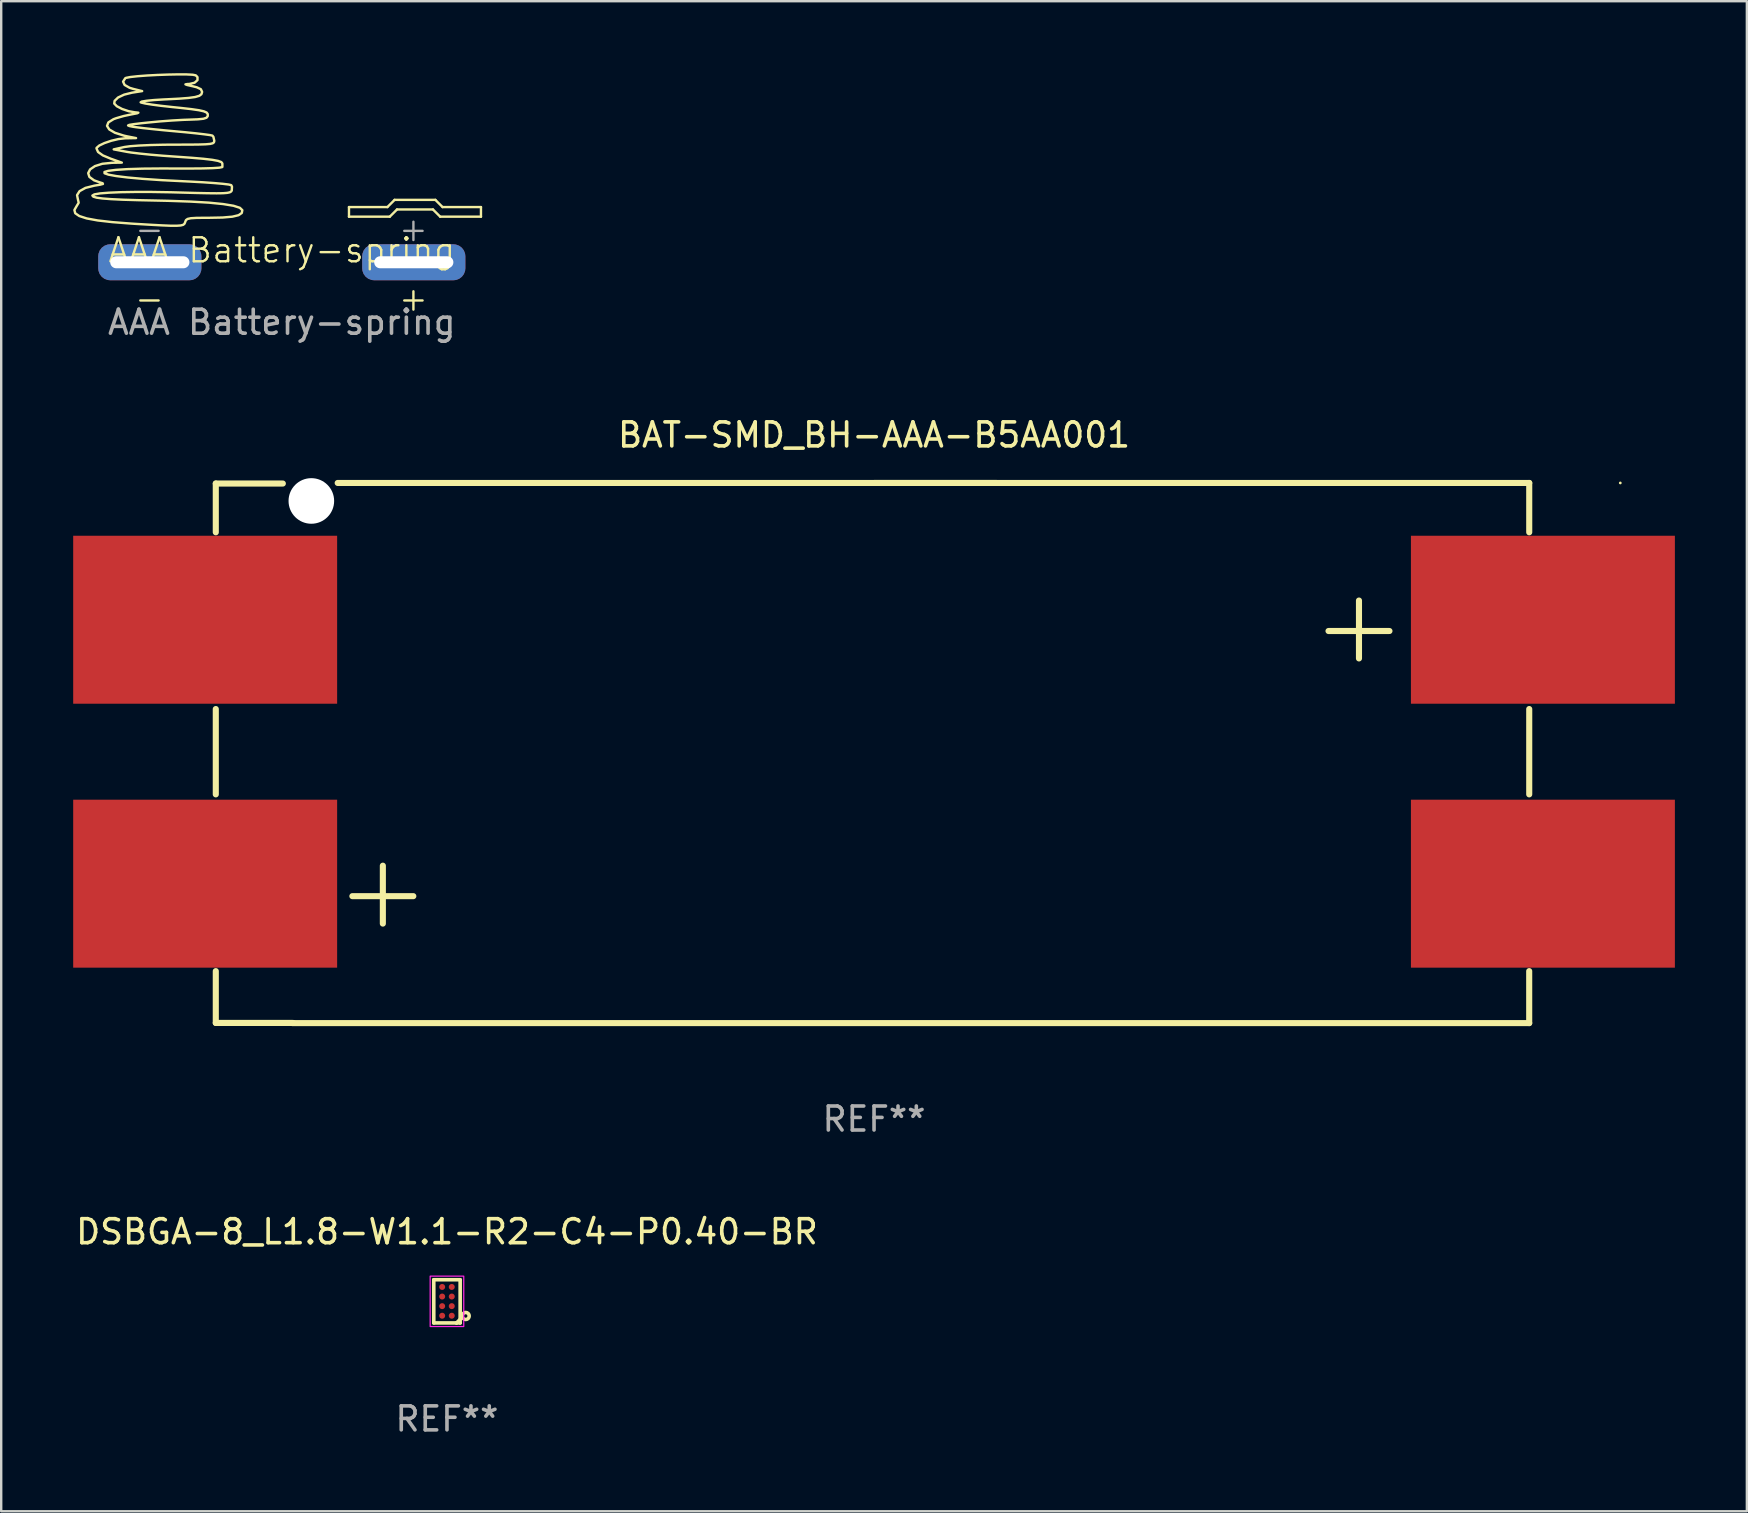
<source format=kicad_pcb>
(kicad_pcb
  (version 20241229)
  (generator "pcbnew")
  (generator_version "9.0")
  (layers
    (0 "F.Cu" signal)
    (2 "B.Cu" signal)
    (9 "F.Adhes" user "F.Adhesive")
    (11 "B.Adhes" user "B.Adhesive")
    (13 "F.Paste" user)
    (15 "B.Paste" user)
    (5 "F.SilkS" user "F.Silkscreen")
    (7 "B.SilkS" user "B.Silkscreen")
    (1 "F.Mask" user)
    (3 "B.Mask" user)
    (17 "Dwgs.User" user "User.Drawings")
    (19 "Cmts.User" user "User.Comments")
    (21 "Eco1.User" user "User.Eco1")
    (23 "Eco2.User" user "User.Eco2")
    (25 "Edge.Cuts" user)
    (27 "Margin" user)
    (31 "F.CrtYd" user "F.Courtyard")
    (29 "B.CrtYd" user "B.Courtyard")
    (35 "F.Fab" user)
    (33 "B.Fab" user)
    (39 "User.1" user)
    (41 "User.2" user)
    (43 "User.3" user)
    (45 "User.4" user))
  (footprint "AAA Battery-spring"
    (layer "F.Cu")
    (at 8.694 7.88)
    (property "Reference" "AAA Battery-spring" (at 0 -0.5 0) (unlocked yes) (layer "F.SilkS") (effects (font (size 1 1) (thickness 0.1))))
    (attr smd)
    (fp_line (start 2.8 -2.3) (end 2.8 -1.9) (stroke (width 0.1) (type default)) (layer "F.SilkS"))
    (fp_line (start 2.8 -1.9) (end 4.5 -1.9) (stroke (width 0.1) (type default)) (layer "F.SilkS"))
    (fp_line (start 4.4 -2.3) (end 2.8 -2.3) (stroke (width 0.1) (type default)) (layer "F.SilkS"))
    (fp_line (start 4.5 -1.9) (end 4.8 -2.2) (stroke (width 0.1) (type default)) (layer "F.SilkS"))
    (fp_line (start 4.7 -2.6) (end 4.4 -2.3) (stroke (width 0.1) (type default)) (layer "F.SilkS"))
    (fp_line (start 4.8 -2.2) (end 6.3 -2.2) (stroke (width 0.1) (type default)) (layer "F.SilkS"))
    (fp_line (start 6.3 -2.2) (end 6.6 -1.9) (stroke (width 0.1) (type default)) (layer "F.SilkS"))
    (fp_line (start 6.4 -2.6) (end 4.7 -2.6) (stroke (width 0.1) (type default)) (layer "F.SilkS"))
    (fp_line (start 6.6 -1.9) (end 8.3 -1.9) (stroke (width 0.1) (type default)) (layer "F.SilkS"))
    (fp_line (start 6.7 -2.3) (end 6.4 -2.6) (stroke (width 0.1) (type default)) (layer "F.SilkS"))
    (fp_line (start 8.3 -2.3) (end 6.7 -2.3) (stroke (width 0.1) (type default)) (layer "F.SilkS"))
    (fp_line (start 8.3 -1.9) (end 8.3 -2.3) (stroke (width 0.1) (type default)) (layer "F.SilkS"))
    (fp_poly (pts (xy -4.748 -7.822) (xy -5.191 -7.806) (xy -5.622 -7.783) (xy -6.007 -7.754) (xy -6.308 -7.721) (xy -6.49 -7.686) (xy -6.522 -7.672) (xy -6.615 -7.529) (xy -6.551 -7.39) (xy -6.342 -7.271) (xy -6.201 -7.228) (xy -5.82 -7.133) (xy -6.24 -7.068) (xy -6.571 -6.986) (xy -6.825 -6.866) (xy -6.969 -6.725) (xy -6.983 -6.614) (xy -6.874 -6.502) (xy -6.655 -6.388) (xy -6.382 -6.296) (xy -6.113 -6.248) (xy -6.085 -6.247) (xy -5.978 -6.234) (xy -6.03 -6.208) (xy -6.244 -6.167) (xy -6.266 -6.163) (xy -6.592 -6.094) (xy -6.903 -6.004) (xy -7.014 -5.963) (xy -7.228 -5.829) (xy -7.284 -5.683) (xy -7.19 -5.535) (xy -6.954 -5.397) (xy -6.585 -5.279) (xy -6.435 -5.246) (xy -6.074 -5.175) (xy -6.534 -5.166) (xy -6.806 -5.135) (xy -7.107 -5.064) (xy -7.39 -4.968) (xy -7.609 -4.864) (xy -7.719 -4.768) (xy -7.724 -4.747) (xy -7.658 -4.596) (xy -7.456 -4.453) (xy -7.128 -4.316) (xy -6.667 -4.153) (xy -7.072 -4.146) (xy -7.478 -4.105) (xy -7.787 -4.008) (xy -7.988 -3.872) (xy -8.069 -3.716) (xy -8.019 -3.558) (xy -7.825 -3.415) (xy -7.598 -3.334) (xy -7.467 -3.294) (xy -7.454 -3.264) (xy -7.575 -3.232) (xy -7.81 -3.193) (xy -8.182 -3.1) (xy -8.428 -2.964) (xy -8.533 -2.798) (xy -8.503 -2.647) (xy -8.465 -2.482) (xy -8.553 -2.336) (xy -8.644 -2.179) (xy -8.609 -2.043) (xy -8.44 -1.927) (xy -8.13 -1.827) (xy -7.673 -1.743) (xy -7.062 -1.673) (xy -6.289 -1.613) (xy -6.138 -1.603) (xy -5.496 -1.565) (xy -5.003 -1.538) (xy -4.638 -1.523) (xy -4.382 -1.522) (xy -4.213 -1.534) (xy -4.112 -1.56) (xy -4.058 -1.602) (xy -4.031 -1.661) (xy -4.024 -1.685) (xy -3.993 -1.758) (xy -3.924 -1.807) (xy -3.788 -1.836) (xy -3.554 -1.85) (xy -3.192 -1.854) (xy -3.022 -1.854) (xy -2.465 -1.865) (xy -2.062 -1.9) (xy -1.801 -1.962) (xy -1.667 -2.054) (xy -1.645 -2.172) (xy -1.747 -2.27) (xy -2.013 -2.355) (xy -2.444 -2.426) (xy -3.041 -2.485) (xy -3.804 -2.529) (xy -4.736 -2.561) (xy -5.185 -2.571) (xy -5.981 -2.588) (xy -6.62 -2.607) (xy -7.114 -2.631) (xy -7.476 -2.659) (xy -7.719 -2.693) (xy -7.854 -2.734) (xy -7.894 -2.78) (xy -7.812 -2.829) (xy -7.576 -2.87) (xy -7.202 -2.9) (xy -6.703 -2.921) (xy -6.096 -2.931) (xy -5.396 -2.93) (xy -4.617 -2.917) (xy -4.25 -2.907) (xy -3.596 -2.889) (xy -3.091 -2.878) (xy -2.716 -2.874) (xy -2.45 -2.878) (xy -2.274 -2.892) (xy -2.168 -2.915) (xy -2.111 -2.949) (xy -2.085 -2.991) (xy -2.076 -3.152) (xy -2.108 -3.214) (xy -2.212 -3.24) (xy -2.46 -3.27) (xy -2.827 -3.302) (xy -3.287 -3.334) (xy -3.816 -3.363) (xy -4.088 -3.376) (xy -5.02 -3.423) (xy -5.801 -3.477) (xy -6.429 -3.534) (xy -6.904 -3.593) (xy -7.224 -3.652) (xy -7.386 -3.709) (xy -7.39 -3.763) (xy -7.233 -3.811) (xy -6.915 -3.851) (xy -6.434 -3.882) (xy -5.788 -3.902) (xy -4.976 -3.909) (xy -4.529 -3.907) (xy -3.854 -3.906) (xy -3.301 -3.911) (xy -2.88 -3.923) (xy -2.603 -3.942) (xy -2.481 -3.967) (xy -2.476 -3.974) (xy -2.477 -4.115) (xy -2.477 -4.119) (xy -2.52 -4.175) (xy -2.655 -4.225) (xy -2.898 -4.27) (xy -3.264 -4.313) (xy -3.769 -4.356) (xy -4.421 -4.402) (xy -4.953 -4.44) (xy -5.47 -4.484) (xy -5.93 -4.531) (xy -6.291 -4.575) (xy -6.453 -4.601) (xy -7.005 -4.705) (xy -6.557 -4.804) (xy -6.317 -4.837) (xy -5.941 -4.865) (xy -5.463 -4.886) (xy -4.915 -4.899) (xy -4.461 -4.902) (xy -3.895 -4.903) (xy -3.476 -4.907) (xy -3.181 -4.916) (xy -2.99 -4.932) (xy -2.88 -4.958) (xy -2.829 -4.996) (xy -2.815 -5.048) (xy -2.814 -5.067) (xy -2.85 -5.226) (xy -2.892 -5.279) (xy -2.998 -5.302) (xy -3.244 -5.335) (xy -3.599 -5.376) (xy -4.034 -5.42) (xy -4.394 -5.453) (xy -4.9 -5.5) (xy -5.375 -5.548) (xy -5.783 -5.592) (xy -6.083 -5.63) (xy -6.201 -5.647) (xy -6.351 -5.677) (xy -6.406 -5.702) (xy -6.351 -5.727) (xy -6.169 -5.756) (xy -5.843 -5.795) (xy -5.608 -5.82) (xy -5.118 -5.867) (xy -4.592 -5.907) (xy -4.109 -5.935) (xy -3.874 -5.943) (xy -3.501 -5.957) (xy -3.267 -5.981) (xy -3.14 -6.022) (xy -3.089 -6.086) (xy -3.086 -6.098) (xy -3.086 -6.177) (xy -3.133 -6.24) (xy -3.249 -6.291) (xy -3.456 -6.337) (xy -3.775 -6.383) (xy -4.228 -6.434) (xy -4.579 -6.47) (xy -5.021 -6.519) (xy -5.402 -6.569) (xy -5.692 -6.616) (xy -5.858 -6.655) (xy -5.883 -6.667) (xy -5.832 -6.698) (xy -5.638 -6.73) (xy -5.327 -6.761) (xy -4.925 -6.786) (xy -4.83 -6.79) (xy -4.283 -6.818) (xy -3.883 -6.849) (xy -3.609 -6.887) (xy -3.439 -6.937) (xy -3.35 -7.003) (xy -3.323 -7.091) (xy -3.322 -7.104) (xy -3.374 -7.213) (xy -3.546 -7.294) (xy -3.725 -7.338) (xy -3.947 -7.388) (xy -4.015 -7.415) (xy -3.938 -7.428) (xy -3.849 -7.432) (xy -3.635 -7.482) (xy -3.514 -7.59) (xy -3.513 -7.717) (xy -3.585 -7.79) (xy -3.713 -7.816) (xy -3.974 -7.829) (xy -4.331 -7.83)) (stroke (width 0.1) (type solid)) (fill no) (layer "F.SilkS"))
    (fp_text user "+" (at 4.8 2.1 0) (unlocked yes) (layer "F.SilkS") (effects (font (size 1 1) (thickness 0.1)) (justify left bottom)))
    (fp_text user "-" (at -6.2 2.1 0) (unlocked yes) (layer "F.SilkS") (effects (font (size 1 1) (thickness 0.1)) (justify left bottom)))
    (fp_text user "-" (at -6.2 -0.8 0) (unlocked yes) (layer "F.Fab") (effects (font (size 1 1) (thickness 0.1)) (justify left bottom)))
    (fp_text user "+" (at 4.8 -0.8 0) (unlocked yes) (layer "F.Fab") (effects (font (size 1 1) (thickness 0.1)) (justify left bottom)))
    (fp_text user "${REFERENCE}" (at 0 2.5 0) (unlocked yes) (layer "F.Fab") (effects (font (size 1 1) (thickness 0.15))))
    (pad "1" thru_hole roundrect (at -5.5 0) (size 4.3 1.5) (drill oval 3.3 0.5) (layers "*.Cu" "*.Mask") (roundrect_rratio 0.333))
    (pad "2" thru_hole roundrect (at 5.5 0) (size 4.3 1.5) (drill oval 3.3 0.5) (layers "*.Cu" "*.Mask") (roundrect_rratio 0.333)))
  (footprint "DSBGA-8_L1.8-W1.1-R2-C4-P0.40-BR"
    (layer "F.Cu")
    (at 15.577 51.183)
    (property "Reference" "DSBGA-8_L1.8-W1.1-R2-C4-P0.40-BR" (at 0.000025 -2.9 0) (layer "F.SilkS") (effects (font (size 1 1) (thickness 0.15))))
    (attr smd)
    (fp_line (start -0.55 0.9) (end -0.55 -0.9) (stroke (width 0.15) (type solid)) (layer "F.SilkS"))
    (fp_line (start 0.398 0.9) (end 0.399 0.9) (stroke (width 0.15) (type solid)) (layer "F.SilkS"))
    (fp_line (start 0.399 0.9) (end 0.55 0.749) (stroke (width 0.15) (type solid)) (layer "F.SilkS"))
    (fp_line (start 0.55 -0.9) (end -0.55 -0.9) (stroke (width 0.15) (type solid)) (layer "F.SilkS"))
    (fp_line (start 0.55 0.9) (end -0.55 0.9) (stroke (width 0.15) (type solid)) (layer "F.SilkS"))
    (fp_line (start 0.55 0.9) (end 0.55 -0.9) (stroke (width 0.15) (type solid)) (layer "F.SilkS"))
    (fp_circle (center 0.55 0.9) (end 0.58 0.9) (stroke (width 0.06) (type solid)) (fill no) (layer "F.SilkS"))
    (fp_circle (center 0.78 0.61) (end 0.852 0.61) (stroke (width 0.15) (type solid)) (fill no) (layer "F.SilkS"))
    (fp_rect (start -0.7 -1.05) (end 0.7 1.05) (stroke (width 0.05) (type default)) (fill no) (layer "F.CrtYd"))
    (fp_text user "REF**" (at 0.000025 4.9 0) (layer "F.Fab") (effects (font (size 1 1) (thickness 0.15))))
    (pad "A1" smd circle (at 0.2 0.6) (size 0.25 0.25) (layers "F.Cu" "F.Mask" "F.Paste"))
    (pad "A2" smd circle (at -0.2 0.6) (size 0.25 0.25) (layers "F.Cu" "F.Mask" "F.Paste"))
    (pad "B1" smd circle (at 0.2 0.2) (size 0.25 0.25) (layers "F.Cu" "F.Mask" "F.Paste"))
    (pad "B2" smd circle (at -0.2 0.2) (size 0.25 0.25) (layers "F.Cu" "F.Mask" "F.Paste"))
    (pad "C1" smd circle (at 0.2 -0.2) (size 0.25 0.25) (layers "F.Cu" "F.Mask" "F.Paste"))
    (pad "C2" smd circle (at -0.2 -0.2) (size 0.25 0.25) (layers "F.Cu" "F.Mask" "F.Paste"))
    (pad "D1" smd circle (at 0.2 -0.6) (size 0.25 0.25) (layers "F.Cu" "F.Mask" "F.Paste"))
    (pad "D2" smd circle (at -0.2 -0.6) (size 0.25 0.25) (layers "F.Cu" "F.Mask" "F.Paste")))
  (footprint "BAT-SMD_BH-AAA-B5AA001"
    (layer "F.Cu")
    (at 33.375 28.277)
    (property "Reference" "BAT-SMD_BH-AAA-B5AA001" (at 0 -13.2 0) (layer "F.SilkS") (effects (font (size 1 1) (thickness 0.15))))
    (attr through_hole)
    (fp_line (start -27.432 -11.176) (end -24.638 -11.176) (stroke (width 0.254) (type default)) (layer "F.SilkS"))
    (fp_line (start -27.432 11.303) (end -27.432 9.144) (stroke (width 0.254) (type solid)) (layer "F.SilkS"))
    (fp_line (start -27.432 -9.144) (end -27.432 -11.176) (stroke (width 0.254) (type solid)) (layer "F.SilkS"))
    (fp_line (start -27.432 1.778) (end -27.432 -1.778) (stroke (width 0.254) (type solid)) (layer "F.SilkS"))
    (fp_line (start -24.21 11.303) (end -27.432 11.303) (stroke (width 0.254) (type solid)) (layer "F.SilkS"))
    (fp_line (start -21.74 6.02) (end -19.2 6.02) (stroke (width 0.254) (type solid)) (layer "F.SilkS"))
    (fp_line (start -20.47 4.75) (end -20.47 7.163) (stroke (width 0.254) (type solid)) (layer "F.SilkS"))
    (fp_line (start 0.016 -11.2) (end 27.305 -11.2) (stroke (width 0.254) (type solid)) (layer "F.SilkS"))
    (fp_line (start 5.096 -11.2) (end -22.352 -11.2) (stroke (width 0.254) (type solid)) (layer "F.SilkS"))
    (fp_line (start 18.94 -5.03) (end 21.48 -5.03) (stroke (width 0.254) (type solid)) (layer "F.SilkS"))
    (fp_line (start 20.21 -6.3) (end 20.21 -3.887) (stroke (width 0.254) (type solid)) (layer "F.SilkS"))
    (fp_line (start 27.304 9.144) (end 27.304 11.31) (stroke (width 0.254) (type solid)) (layer "F.SilkS"))
    (fp_line (start 27.304 11.31) (end -24.24 11.31) (stroke (width 0.254) (type solid)) (layer "F.SilkS"))
    (fp_line (start 27.305 -11.2) (end 27.305 -9.144) (stroke (width 0.254) (type solid)) (layer "F.SilkS"))
    (fp_line (start 27.305 -1.778) (end 27.305 1.778) (stroke (width 0.254) (type solid)) (layer "F.SilkS"))
    (fp_circle (center 31.1 -11.2) (end 31.13 -11.2) (stroke (width 0.06) (type solid)) (fill no) (layer "F.SilkS"))
    (fp_text user "REF**" (at 0 15.31 0) (layer "F.Fab") (effects (font (size 1 1) (thickness 0.15))))
    (pad "" np_thru_hole circle (at -23.45 -10.45) (size 1.9 1.9) (drill 1.9) (layers "*.Cu" "*.Mask"))
    (pad "1" smd rect (at 27.875 -5.5) (size 11 7) (layers "F.Cu" "F.Mask" "F.Paste"))
    (pad "2" smd rect (at -27.875 -5.5) (size 11 7) (layers "F.Cu" "F.Mask" "F.Paste"))
    (pad "3" smd rect (at -27.875 5.5) (size 11 7) (layers "F.Cu" "F.Mask" "F.Paste"))
    (pad "4" smd rect (at 27.875 5.5) (size 11 7) (layers "F.Cu" "F.Mask" "F.Paste")))
  (gr_rect
    (start -3 -3)
    (end 69.75 59.931)
    (stroke (width 0.1) (type default))
    (fill no)
    (layer "Edge.Cuts")))
</source>
